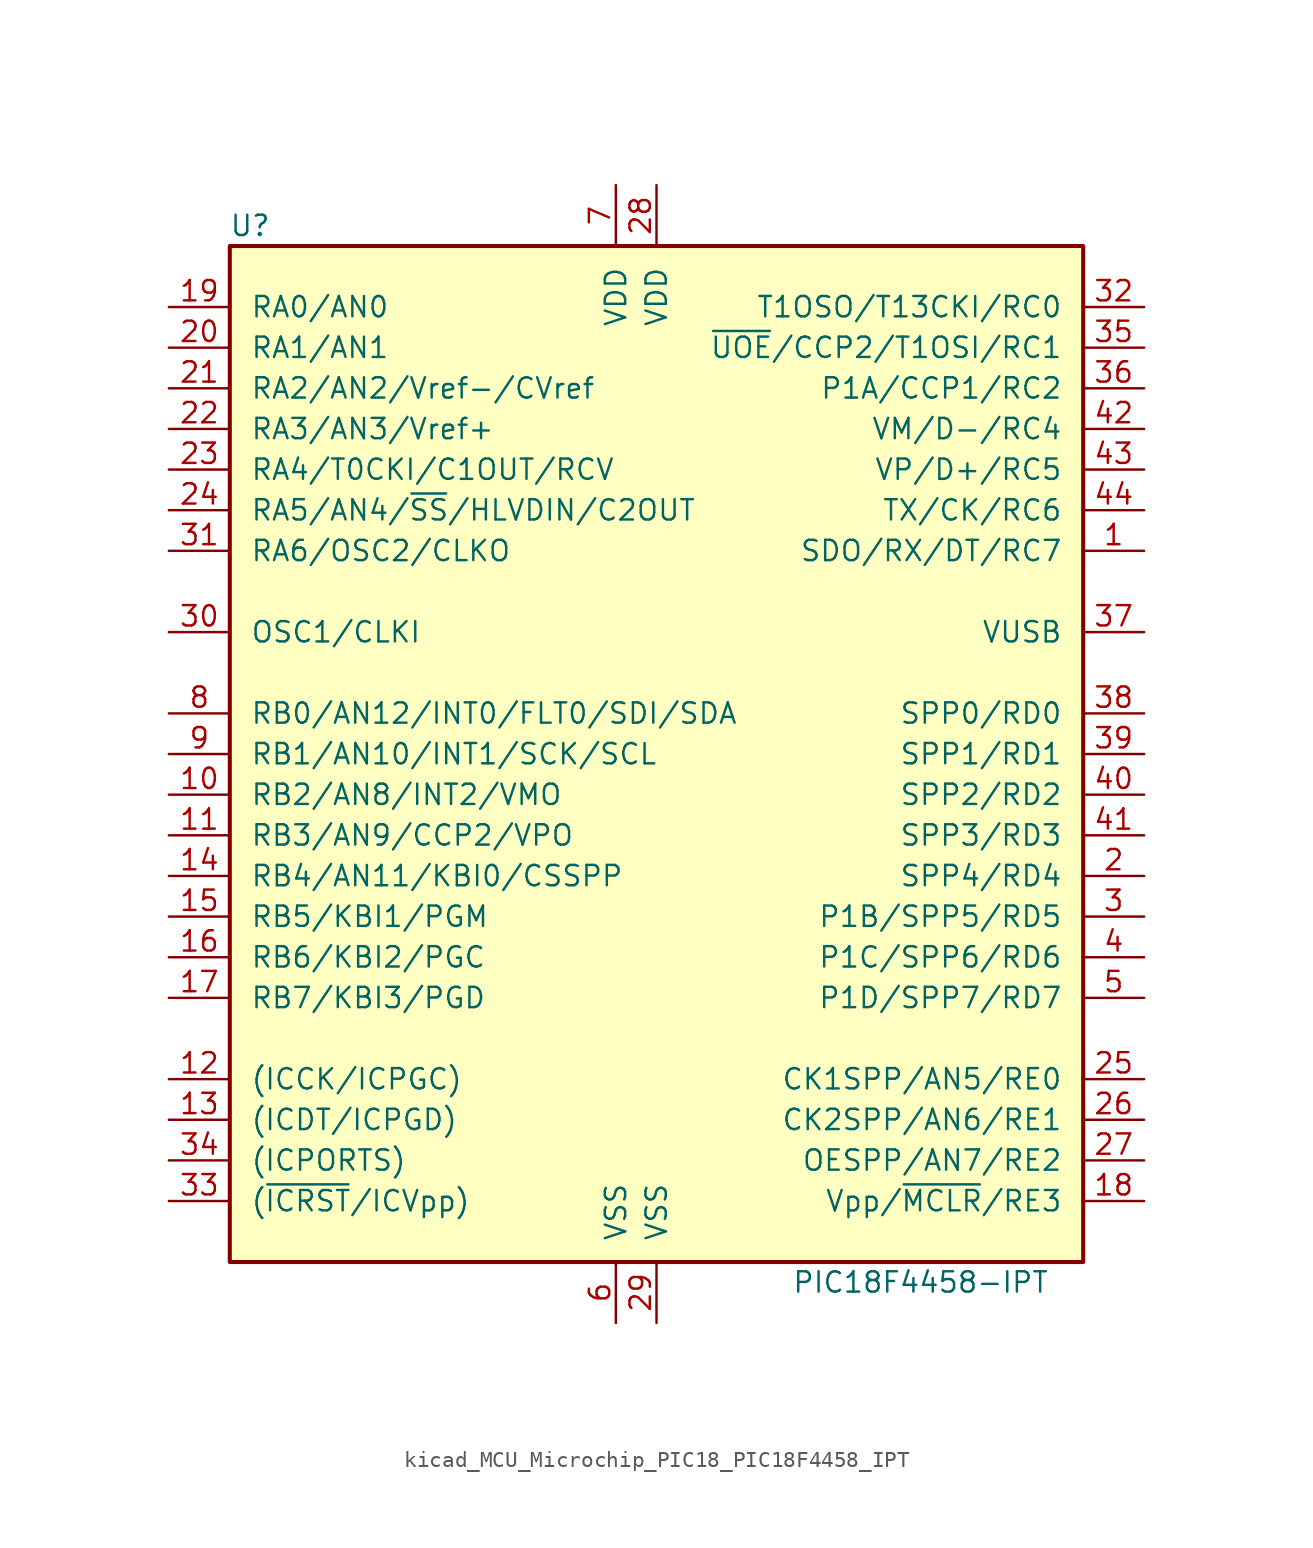
<source format=kicad_sym>
(kicad_symbol_lib
  (version 20220914)
  (generator kicad_symbol_editor)
  (symbol "kicad_MCU_Microchip_PIC18_PIC18F4458_IPT"
    (pin_names
      (offset 1.27))
    (property "Reference" "U"
      (at -25.4 33.02 0)
      (effects (font (size 1.27 1.27))))
    (property "Value" "PIC18F4458-IPT"
      (at 16.51 -33.02 0)
      (effects (font (size 1.27 1.27))))
    (symbol "kicad_MCU_Microchip_PIC18_PIC18F4458_IPT_0_1"
      (rectangle (start -26.67 31.75) (end 26.67 -31.75) (stroke (width 0.254) (type default)) (fill (type background))))
    (symbol "kicad_MCU_Microchip_PIC18_PIC18F4458_IPT_1_1"
      (pin bidirectional line (at 30.48 12.7 180) (length 3.81) (name "SDO/RX/DT/RC7" (effects (font (size 1.27 1.27)))) (number "1" (effects (font (size 1.27 1.27)))))
      (pin bidirectional line (at -30.48 -2.54 0) (length 3.81) (name "RB2/AN8/INT2/VMO" (effects (font (size 1.27 1.27)))) (number "10" (effects (font (size 1.27 1.27)))))
      (pin bidirectional line (at -30.48 -5.08 0) (length 3.81) (name "RB3/AN9/CCP2/VPO" (effects (font (size 1.27 1.27)))) (number "11" (effects (font (size 1.27 1.27)))))
      (pin bidirectional line (at -30.48 -20.32 0) (length 3.81) (name "(ICCK/ICPGC)" (effects (font (size 1.27 1.27)))) (number "12" (effects (font (size 1.27 1.27)))))
      (pin bidirectional line (at -30.48 -22.86 0) (length 3.81) (name "(ICDT/ICPGD)" (effects (font (size 1.27 1.27)))) (number "13" (effects (font (size 1.27 1.27)))))
      (pin bidirectional line (at -30.48 -7.62 0) (length 3.81) (name "RB4/AN11/KBI0/CSSPP" (effects (font (size 1.27 1.27)))) (number "14" (effects (font (size 1.27 1.27)))))
      (pin bidirectional line (at -30.48 -10.16 0) (length 3.81) (name "RB5/KBI1/PGM" (effects (font (size 1.27 1.27)))) (number "15" (effects (font (size 1.27 1.27)))))
      (pin bidirectional line (at -30.48 -12.7 0) (length 3.81) (name "RB6/KBI2/PGC" (effects (font (size 1.27 1.27)))) (number "16" (effects (font (size 1.27 1.27)))))
      (pin bidirectional line (at -30.48 -15.24 0) (length 3.81) (name "RB7/KBI3/PGD" (effects (font (size 1.27 1.27)))) (number "17" (effects (font (size 1.27 1.27)))))
      (pin input line (at 30.48 -27.94 180) (length 3.81) (name "Vpp/~{MCLR}/RE3" (effects (font (size 1.27 1.27)))) (number "18" (effects (font (size 1.27 1.27)))))
      (pin bidirectional line (at -30.48 27.94 0) (length 3.81) (name "RA0/AN0" (effects (font (size 1.27 1.27)))) (number "19" (effects (font (size 1.27 1.27)))))
      (pin bidirectional line (at 30.48 -7.62 180) (length 3.81) (name "SPP4/RD4" (effects (font (size 1.27 1.27)))) (number "2" (effects (font (size 1.27 1.27)))))
      (pin bidirectional line (at -30.48 25.4 0) (length 3.81) (name "RA1/AN1" (effects (font (size 1.27 1.27)))) (number "20" (effects (font (size 1.27 1.27)))))
      (pin bidirectional line (at -30.48 22.86 0) (length 3.81) (name "RA2/AN2/Vref-/CVref" (effects (font (size 1.27 1.27)))) (number "21" (effects (font (size 1.27 1.27)))))
      (pin bidirectional line (at -30.48 20.32 0) (length 3.81) (name "RA3/AN3/Vref+" (effects (font (size 1.27 1.27)))) (number "22" (effects (font (size 1.27 1.27)))))
      (pin bidirectional line (at -30.48 17.78 0) (length 3.81) (name "RA4/T0CKI/C1OUT/RCV" (effects (font (size 1.27 1.27)))) (number "23" (effects (font (size 1.27 1.27)))))
      (pin bidirectional line (at -30.48 15.24 0) (length 3.81) (name "RA5/AN4/~{SS}/HLVDIN/C2OUT" (effects (font (size 1.27 1.27)))) (number "24" (effects (font (size 1.27 1.27)))))
      (pin bidirectional line (at 30.48 -20.32 180) (length 3.81) (name "CK1SPP/AN5/RE0" (effects (font (size 1.27 1.27)))) (number "25" (effects (font (size 1.27 1.27)))))
      (pin bidirectional line (at 30.48 -22.86 180) (length 3.81) (name "CK2SPP/AN6/RE1" (effects (font (size 1.27 1.27)))) (number "26" (effects (font (size 1.27 1.27)))))
      (pin bidirectional line (at 30.48 -25.4 180) (length 3.81) (name "OESPP/AN7/RE2" (effects (font (size 1.27 1.27)))) (number "27" (effects (font (size 1.27 1.27)))))
      (pin power_in line (at 0 35.56 270) (length 3.81) (name "VDD" (effects (font (size 1.27 1.27)))) (number "28" (effects (font (size 1.27 1.27)))))
      (pin power_in line (at 0 -35.56 90) (length 3.81) (name "VSS" (effects (font (size 1.27 1.27)))) (number "29" (effects (font (size 1.27 1.27)))))
      (pin bidirectional line (at 30.48 -10.16 180) (length 3.81) (name "P1B/SPP5/RD5" (effects (font (size 1.27 1.27)))) (number "3" (effects (font (size 1.27 1.27)))))
      (pin input line (at -30.48 7.62 0) (length 3.81) (name "OSC1/CLKI" (effects (font (size 1.27 1.27)))) (number "30" (effects (font (size 1.27 1.27)))))
      (pin bidirectional line (at -30.48 12.7 0) (length 3.81) (name "RA6/OSC2/CLKO" (effects (font (size 1.27 1.27)))) (number "31" (effects (font (size 1.27 1.27)))))
      (pin bidirectional line (at 30.48 27.94 180) (length 3.81) (name "T1OSO/T13CKI/RC0" (effects (font (size 1.27 1.27)))) (number "32" (effects (font (size 1.27 1.27)))))
      (pin input line (at -30.48 -27.94 0) (length 3.81) (name "(~{ICRST}/ICVpp)" (effects (font (size 1.27 1.27)))) (number "33" (effects (font (size 1.27 1.27)))))
      (pin input line (at -30.48 -25.4 0) (length 3.81) (name "(ICPORTS)" (effects (font (size 1.27 1.27)))) (number "34" (effects (font (size 1.27 1.27)))))
      (pin bidirectional line (at 30.48 25.4 180) (length 3.81) (name "~{UOE}/CCP2/T1OSI/RC1" (effects (font (size 1.27 1.27)))) (number "35" (effects (font (size 1.27 1.27)))))
      (pin bidirectional line (at 30.48 22.86 180) (length 3.81) (name "P1A/CCP1/RC2" (effects (font (size 1.27 1.27)))) (number "36" (effects (font (size 1.27 1.27)))))
      (pin bidirectional line (at 30.48 7.62 180) (length 3.81) (name "VUSB" (effects (font (size 1.27 1.27)))) (number "37" (effects (font (size 1.27 1.27)))))
      (pin bidirectional line (at 30.48 2.54 180) (length 3.81) (name "SPP0/RD0" (effects (font (size 1.27 1.27)))) (number "38" (effects (font (size 1.27 1.27)))))
      (pin bidirectional line (at 30.48 0 180) (length 3.81) (name "SPP1/RD1" (effects (font (size 1.27 1.27)))) (number "39" (effects (font (size 1.27 1.27)))))
      (pin bidirectional line (at 30.48 -12.7 180) (length 3.81) (name "P1C/SPP6/RD6" (effects (font (size 1.27 1.27)))) (number "4" (effects (font (size 1.27 1.27)))))
      (pin bidirectional line (at 30.48 -2.54 180) (length 3.81) (name "SPP2/RD2" (effects (font (size 1.27 1.27)))) (number "40" (effects (font (size 1.27 1.27)))))
      (pin bidirectional line (at 30.48 -5.08 180) (length 3.81) (name "SPP3/RD3" (effects (font (size 1.27 1.27)))) (number "41" (effects (font (size 1.27 1.27)))))
      (pin bidirectional line (at 30.48 20.32 180) (length 3.81) (name "VM/D-/RC4" (effects (font (size 1.27 1.27)))) (number "42" (effects (font (size 1.27 1.27)))))
      (pin bidirectional line (at 30.48 17.78 180) (length 3.81) (name "VP/D+/RC5" (effects (font (size 1.27 1.27)))) (number "43" (effects (font (size 1.27 1.27)))))
      (pin bidirectional line (at 30.48 15.24 180) (length 3.81) (name "TX/CK/RC6" (effects (font (size 1.27 1.27)))) (number "44" (effects (font (size 1.27 1.27)))))
      (pin bidirectional line (at 30.48 -15.24 180) (length 3.81) (name "P1D/SPP7/RD7" (effects (font (size 1.27 1.27)))) (number "5" (effects (font (size 1.27 1.27)))))
      (pin power_in line (at -2.54 -35.56 90) (length 3.81) (name "VSS" (effects (font (size 1.27 1.27)))) (number "6" (effects (font (size 1.27 1.27)))))
      (pin power_in line (at -2.54 35.56 270) (length 3.81) (name "VDD" (effects (font (size 1.27 1.27)))) (number "7" (effects (font (size 1.27 1.27)))))
      (pin bidirectional line (at -30.48 2.54 0) (length 3.81) (name "RB0/AN12/INT0/FLT0/SDI/SDA" (effects (font (size 1.27 1.27)))) (number "8" (effects (font (size 1.27 1.27)))))
      (pin bidirectional line (at -30.48 0 0) (length 3.81) (name "RB1/AN10/INT1/SCK/SCL" (effects (font (size 1.27 1.27)))) (number "9" (effects (font (size 1.27 1.27))))))))
</source>
